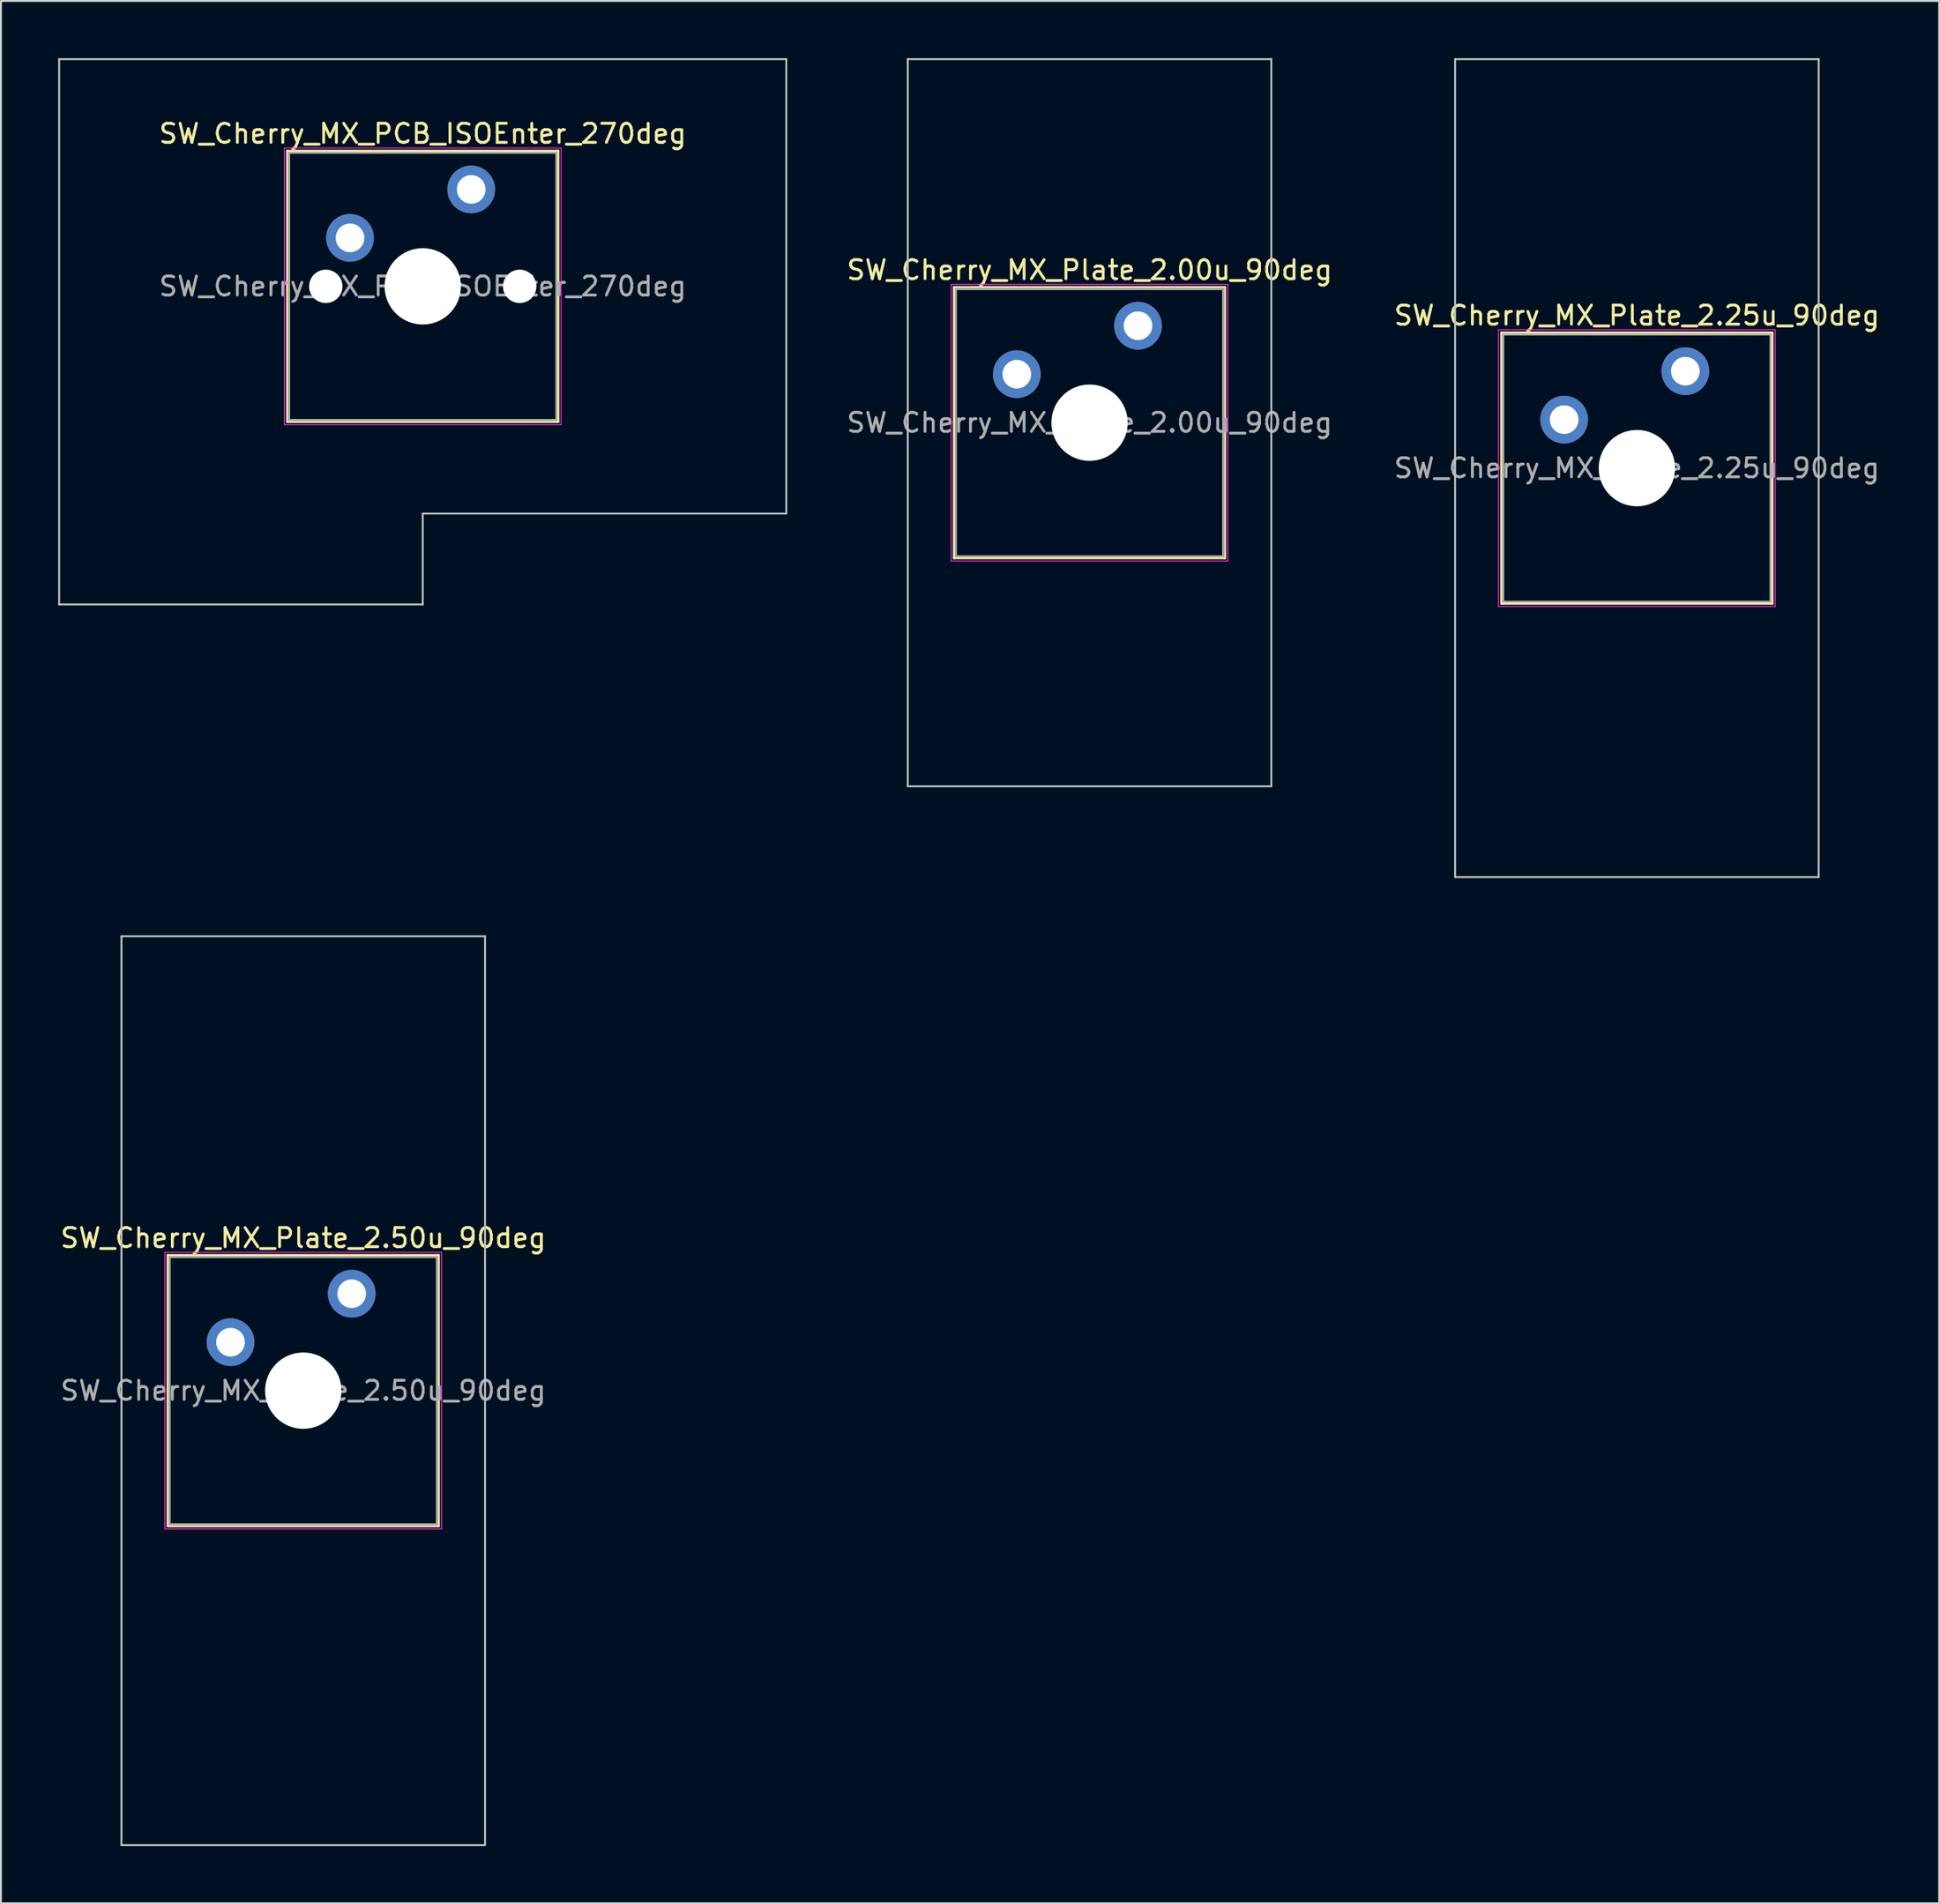
<source format=kicad_pcb>
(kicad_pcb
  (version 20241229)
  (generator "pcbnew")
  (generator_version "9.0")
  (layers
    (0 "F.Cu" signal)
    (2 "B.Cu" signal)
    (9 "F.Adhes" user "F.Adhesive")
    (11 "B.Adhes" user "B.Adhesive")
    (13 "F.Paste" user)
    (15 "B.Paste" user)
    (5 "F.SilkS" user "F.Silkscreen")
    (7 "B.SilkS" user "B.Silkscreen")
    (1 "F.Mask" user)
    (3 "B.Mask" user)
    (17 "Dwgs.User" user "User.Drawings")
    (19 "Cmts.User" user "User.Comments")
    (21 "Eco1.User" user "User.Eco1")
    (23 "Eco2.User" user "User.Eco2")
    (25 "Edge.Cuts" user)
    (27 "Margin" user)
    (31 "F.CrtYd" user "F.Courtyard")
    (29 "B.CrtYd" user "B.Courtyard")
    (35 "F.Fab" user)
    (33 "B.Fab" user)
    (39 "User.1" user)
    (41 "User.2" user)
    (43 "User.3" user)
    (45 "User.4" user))
  (footprint "SW_Cherry_MX_PCB_ISOEnter_270deg"
    (layer "F.Cu")
    (at 19.1 11.956)
    (property "Reference" "SW_Cherry_MX_PCB_ISOEnter_270deg" (at 0 -8 0) (layer "F.SilkS") (effects (font (size 1 1) (thickness 0.15))))
    (attr through_hole)
    (fp_line (start -7.1 -7.1) (end -7.1 7.1) (stroke (width 0.12) (type solid)) (layer "F.SilkS"))
    (fp_line (start -7.1 7.1) (end 7.1 7.1) (stroke (width 0.12) (type solid)) (layer "F.SilkS"))
    (fp_line (start 7.1 -7.1) (end -7.1 -7.1) (stroke (width 0.12) (type solid)) (layer "F.SilkS"))
    (fp_line (start 7.1 7.1) (end 7.1 -7.1) (stroke (width 0.12) (type solid)) (layer "F.SilkS"))
    (fp_line (start -19.05 -11.906) (end -19.05 16.669) (stroke (width 0.1) (type solid)) (layer "Dwgs.User"))
    (fp_line (start -19.05 16.669) (end 0 16.669) (stroke (width 0.1) (type solid)) (layer "Dwgs.User"))
    (fp_line (start 0 11.906) (end 19.05 11.906) (stroke (width 0.1) (type solid)) (layer "Dwgs.User"))
    (fp_line (start 0 16.669) (end 0 11.906) (stroke (width 0.1) (type solid)) (layer "Dwgs.User"))
    (fp_line (start 19.05 -11.906) (end -19.05 -11.906) (stroke (width 0.1) (type solid)) (layer "Dwgs.User"))
    (fp_line (start 19.05 11.906) (end 19.05 -11.906) (stroke (width 0.1) (type solid)) (layer "Dwgs.User"))
    (fp_line (start -7 -7) (end -7 7) (stroke (width 0.1) (type solid)) (layer "Eco1.User"))
    (fp_line (start -7 7) (end 7 7) (stroke (width 0.1) (type solid)) (layer "Eco1.User"))
    (fp_line (start 7 -7) (end -7 -7) (stroke (width 0.1) (type solid)) (layer "Eco1.User"))
    (fp_line (start 7 7) (end 7 -7) (stroke (width 0.1) (type solid)) (layer "Eco1.User"))
    (fp_line (start -7.25 -7.25) (end -7.25 7.25) (stroke (width 0.05) (type solid)) (layer "F.CrtYd"))
    (fp_line (start -7.25 7.25) (end 7.25 7.25) (stroke (width 0.05) (type solid)) (layer "F.CrtYd"))
    (fp_line (start 7.25 -7.25) (end -7.25 -7.25) (stroke (width 0.05) (type solid)) (layer "F.CrtYd"))
    (fp_line (start 7.25 7.25) (end 7.25 -7.25) (stroke (width 0.05) (type solid)) (layer "F.CrtYd"))
    (fp_line (start -7 -7) (end -7 7) (stroke (width 0.1) (type solid)) (layer "F.Fab"))
    (fp_line (start -7 7) (end 7 7) (stroke (width 0.1) (type solid)) (layer "F.Fab"))
    (fp_line (start 7 -7) (end -7 -7) (stroke (width 0.1) (type solid)) (layer "F.Fab"))
    (fp_line (start 7 7) (end 7 -7) (stroke (width 0.1) (type solid)) (layer "F.Fab"))
    (fp_text user "${REFERENCE}" (at 0 0 0) (layer "F.Fab") (effects (font (size 1 1) (thickness 0.15))))
    (pad "" np_thru_hole circle (at -5.08 0) (size 1.75 1.75) (drill 1.75) (layers "*.Cu" "*.Mask"))
    (pad "" np_thru_hole circle (at 0 0) (size 4 4) (drill 4) (layers "*.Cu" "*.Mask"))
    (pad "" np_thru_hole circle (at 5.08 0) (size 1.75 1.75) (drill 1.75) (layers "*.Cu" "*.Mask"))
    (pad "1" thru_hole circle (at -3.81 -2.54) (size 2.5 2.5) (drill 1.5) (layers "*.Cu" "*.Mask"))
    (pad "2" thru_hole circle (at 2.54 -5.08) (size 2.5 2.5) (drill 1.5) (layers "*.Cu" "*.Mask")))
  (footprint "SW_Cherry_MX_Plate_2.50u_90deg"
    (layer "F.Cu")
    (at 12.839 69.825)
    (property "Reference" "SW_Cherry_MX_Plate_2.50u_90deg" (at 0 -8 0) (layer "F.SilkS") (effects (font (size 1 1) (thickness 0.15))))
    (attr through_hole)
    (fp_line (start -7.1 -7.1) (end -7.1 7.1) (stroke (width 0.12) (type solid)) (layer "F.SilkS"))
    (fp_line (start -7.1 7.1) (end 7.1 7.1) (stroke (width 0.12) (type solid)) (layer "F.SilkS"))
    (fp_line (start 7.1 -7.1) (end -7.1 -7.1) (stroke (width 0.12) (type solid)) (layer "F.SilkS"))
    (fp_line (start 7.1 7.1) (end 7.1 -7.1) (stroke (width 0.12) (type solid)) (layer "F.SilkS"))
    (fp_line (start -9.525 -23.812) (end 9.525 -23.812) (stroke (width 0.1) (type solid)) (layer "Dwgs.User"))
    (fp_line (start -9.525 23.812) (end -9.525 -23.812) (stroke (width 0.1) (type solid)) (layer "Dwgs.User"))
    (fp_line (start 9.525 -23.812) (end 9.525 23.812) (stroke (width 0.1) (type solid)) (layer "Dwgs.User"))
    (fp_line (start 9.525 23.812) (end -9.525 23.812) (stroke (width 0.1) (type solid)) (layer "Dwgs.User"))
    (fp_line (start -7 -7) (end -7 7) (stroke (width 0.1) (type solid)) (layer "Eco1.User"))
    (fp_line (start -7 7) (end 7 7) (stroke (width 0.1) (type solid)) (layer "Eco1.User"))
    (fp_line (start 7 -7) (end -7 -7) (stroke (width 0.1) (type solid)) (layer "Eco1.User"))
    (fp_line (start 7 7) (end 7 -7) (stroke (width 0.1) (type solid)) (layer "Eco1.User"))
    (fp_line (start -7.25 -7.25) (end -7.25 7.25) (stroke (width 0.05) (type solid)) (layer "F.CrtYd"))
    (fp_line (start -7.25 7.25) (end 7.25 7.25) (stroke (width 0.05) (type solid)) (layer "F.CrtYd"))
    (fp_line (start 7.25 -7.25) (end -7.25 -7.25) (stroke (width 0.05) (type solid)) (layer "F.CrtYd"))
    (fp_line (start 7.25 7.25) (end 7.25 -7.25) (stroke (width 0.05) (type solid)) (layer "F.CrtYd"))
    (fp_line (start -7 -7) (end -7 7) (stroke (width 0.1) (type solid)) (layer "F.Fab"))
    (fp_line (start -7 7) (end 7 7) (stroke (width 0.1) (type solid)) (layer "F.Fab"))
    (fp_line (start 7 -7) (end -7 -7) (stroke (width 0.1) (type solid)) (layer "F.Fab"))
    (fp_line (start 7 7) (end 7 -7) (stroke (width 0.1) (type solid)) (layer "F.Fab"))
    (fp_text user "${REFERENCE}" (at 0 0 0) (layer "F.Fab") (effects (font (size 1 1) (thickness 0.15))))
    (pad "" np_thru_hole circle (at 0 0) (size 4 4) (drill 4) (layers "*.Cu" "*.Mask"))
    (pad "1" thru_hole circle (at -3.81 -2.54) (size 2.5 2.5) (drill 1.5) (layers "*.Cu" "*.Mask"))
    (pad "2" thru_hole circle (at 2.54 -5.08) (size 2.5 2.5) (drill 1.5) (layers "*.Cu" "*.Mask")))
  (footprint "SW_Cherry_MX_Plate_2.00u_90deg"
    (layer "F.Cu")
    (at 54.039 19.1)
    (property "Reference" "SW_Cherry_MX_Plate_2.00u_90deg" (at 0 -8 0) (layer "F.SilkS") (effects (font (size 1 1) (thickness 0.15))))
    (attr through_hole)
    (fp_line (start -7.1 -7.1) (end -7.1 7.1) (stroke (width 0.12) (type solid)) (layer "F.SilkS"))
    (fp_line (start -7.1 7.1) (end 7.1 7.1) (stroke (width 0.12) (type solid)) (layer "F.SilkS"))
    (fp_line (start 7.1 -7.1) (end -7.1 -7.1) (stroke (width 0.12) (type solid)) (layer "F.SilkS"))
    (fp_line (start 7.1 7.1) (end 7.1 -7.1) (stroke (width 0.12) (type solid)) (layer "F.SilkS"))
    (fp_line (start -9.525 -19.05) (end 9.525 -19.05) (stroke (width 0.1) (type solid)) (layer "Dwgs.User"))
    (fp_line (start -9.525 19.05) (end -9.525 -19.05) (stroke (width 0.1) (type solid)) (layer "Dwgs.User"))
    (fp_line (start 9.525 -19.05) (end 9.525 19.05) (stroke (width 0.1) (type solid)) (layer "Dwgs.User"))
    (fp_line (start 9.525 19.05) (end -9.525 19.05) (stroke (width 0.1) (type solid)) (layer "Dwgs.User"))
    (fp_line (start -7 -7) (end -7 7) (stroke (width 0.1) (type solid)) (layer "Eco1.User"))
    (fp_line (start -7 7) (end 7 7) (stroke (width 0.1) (type solid)) (layer "Eco1.User"))
    (fp_line (start 7 -7) (end -7 -7) (stroke (width 0.1) (type solid)) (layer "Eco1.User"))
    (fp_line (start 7 7) (end 7 -7) (stroke (width 0.1) (type solid)) (layer "Eco1.User"))
    (fp_line (start -7.25 -7.25) (end -7.25 7.25) (stroke (width 0.05) (type solid)) (layer "F.CrtYd"))
    (fp_line (start -7.25 7.25) (end 7.25 7.25) (stroke (width 0.05) (type solid)) (layer "F.CrtYd"))
    (fp_line (start 7.25 -7.25) (end -7.25 -7.25) (stroke (width 0.05) (type solid)) (layer "F.CrtYd"))
    (fp_line (start 7.25 7.25) (end 7.25 -7.25) (stroke (width 0.05) (type solid)) (layer "F.CrtYd"))
    (fp_line (start -7 -7) (end -7 7) (stroke (width 0.1) (type solid)) (layer "F.Fab"))
    (fp_line (start -7 7) (end 7 7) (stroke (width 0.1) (type solid)) (layer "F.Fab"))
    (fp_line (start 7 -7) (end -7 -7) (stroke (width 0.1) (type solid)) (layer "F.Fab"))
    (fp_line (start 7 7) (end 7 -7) (stroke (width 0.1) (type solid)) (layer "F.Fab"))
    (fp_text user "${REFERENCE}" (at 0 0 0) (layer "F.Fab") (effects (font (size 1 1) (thickness 0.15))))
    (pad "" np_thru_hole circle (at 0 0) (size 4 4) (drill 4) (layers "*.Cu" "*.Mask"))
    (pad "1" thru_hole circle (at -3.81 -2.54) (size 2.5 2.5) (drill 1.5) (layers "*.Cu" "*.Mask"))
    (pad "2" thru_hole circle (at 2.54 -5.08) (size 2.5 2.5) (drill 1.5) (layers "*.Cu" "*.Mask")))
  (footprint "SW_Cherry_MX_Plate_2.25u_90deg"
    (layer "F.Cu")
    (at 82.718 21.481)
    (property "Reference" "SW_Cherry_MX_Plate_2.25u_90deg" (at 0 -8 0) (layer "F.SilkS") (effects (font (size 1 1) (thickness 0.15))))
    (attr through_hole)
    (fp_line (start -7.1 -7.1) (end -7.1 7.1) (stroke (width 0.12) (type solid)) (layer "F.SilkS"))
    (fp_line (start -7.1 7.1) (end 7.1 7.1) (stroke (width 0.12) (type solid)) (layer "F.SilkS"))
    (fp_line (start 7.1 -7.1) (end -7.1 -7.1) (stroke (width 0.12) (type solid)) (layer "F.SilkS"))
    (fp_line (start 7.1 7.1) (end 7.1 -7.1) (stroke (width 0.12) (type solid)) (layer "F.SilkS"))
    (fp_line (start -9.525 -21.431) (end 9.525 -21.431) (stroke (width 0.1) (type solid)) (layer "Dwgs.User"))
    (fp_line (start -9.525 21.431) (end -9.525 -21.431) (stroke (width 0.1) (type solid)) (layer "Dwgs.User"))
    (fp_line (start 9.525 -21.431) (end 9.525 21.431) (stroke (width 0.1) (type solid)) (layer "Dwgs.User"))
    (fp_line (start 9.525 21.431) (end -9.525 21.431) (stroke (width 0.1) (type solid)) (layer "Dwgs.User"))
    (fp_line (start -7 -7) (end -7 7) (stroke (width 0.1) (type solid)) (layer "Eco1.User"))
    (fp_line (start -7 7) (end 7 7) (stroke (width 0.1) (type solid)) (layer "Eco1.User"))
    (fp_line (start 7 -7) (end -7 -7) (stroke (width 0.1) (type solid)) (layer "Eco1.User"))
    (fp_line (start 7 7) (end 7 -7) (stroke (width 0.1) (type solid)) (layer "Eco1.User"))
    (fp_line (start -7.25 -7.25) (end -7.25 7.25) (stroke (width 0.05) (type solid)) (layer "F.CrtYd"))
    (fp_line (start -7.25 7.25) (end 7.25 7.25) (stroke (width 0.05) (type solid)) (layer "F.CrtYd"))
    (fp_line (start 7.25 -7.25) (end -7.25 -7.25) (stroke (width 0.05) (type solid)) (layer "F.CrtYd"))
    (fp_line (start 7.25 7.25) (end 7.25 -7.25) (stroke (width 0.05) (type solid)) (layer "F.CrtYd"))
    (fp_line (start -7 -7) (end -7 7) (stroke (width 0.1) (type solid)) (layer "F.Fab"))
    (fp_line (start -7 7) (end 7 7) (stroke (width 0.1) (type solid)) (layer "F.Fab"))
    (fp_line (start 7 -7) (end -7 -7) (stroke (width 0.1) (type solid)) (layer "F.Fab"))
    (fp_line (start 7 7) (end 7 -7) (stroke (width 0.1) (type solid)) (layer "F.Fab"))
    (fp_text user "${REFERENCE}" (at 0 0 0) (layer "F.Fab") (effects (font (size 1 1) (thickness 0.15))))
    (pad "" np_thru_hole circle (at 0 0) (size 4 4) (drill 4) (layers "*.Cu" "*.Mask"))
    (pad "1" thru_hole circle (at -3.81 -2.54) (size 2.5 2.5) (drill 1.5) (layers "*.Cu" "*.Mask"))
    (pad "2" thru_hole circle (at 2.54 -5.08) (size 2.5 2.5) (drill 1.5) (layers "*.Cu" "*.Mask")))
  (gr_rect
    (start -3 -3)
    (end 98.557 96.688)
    (stroke (width 0.1) (type default))
    (fill no)
    (layer "Edge.Cuts")))
</source>
